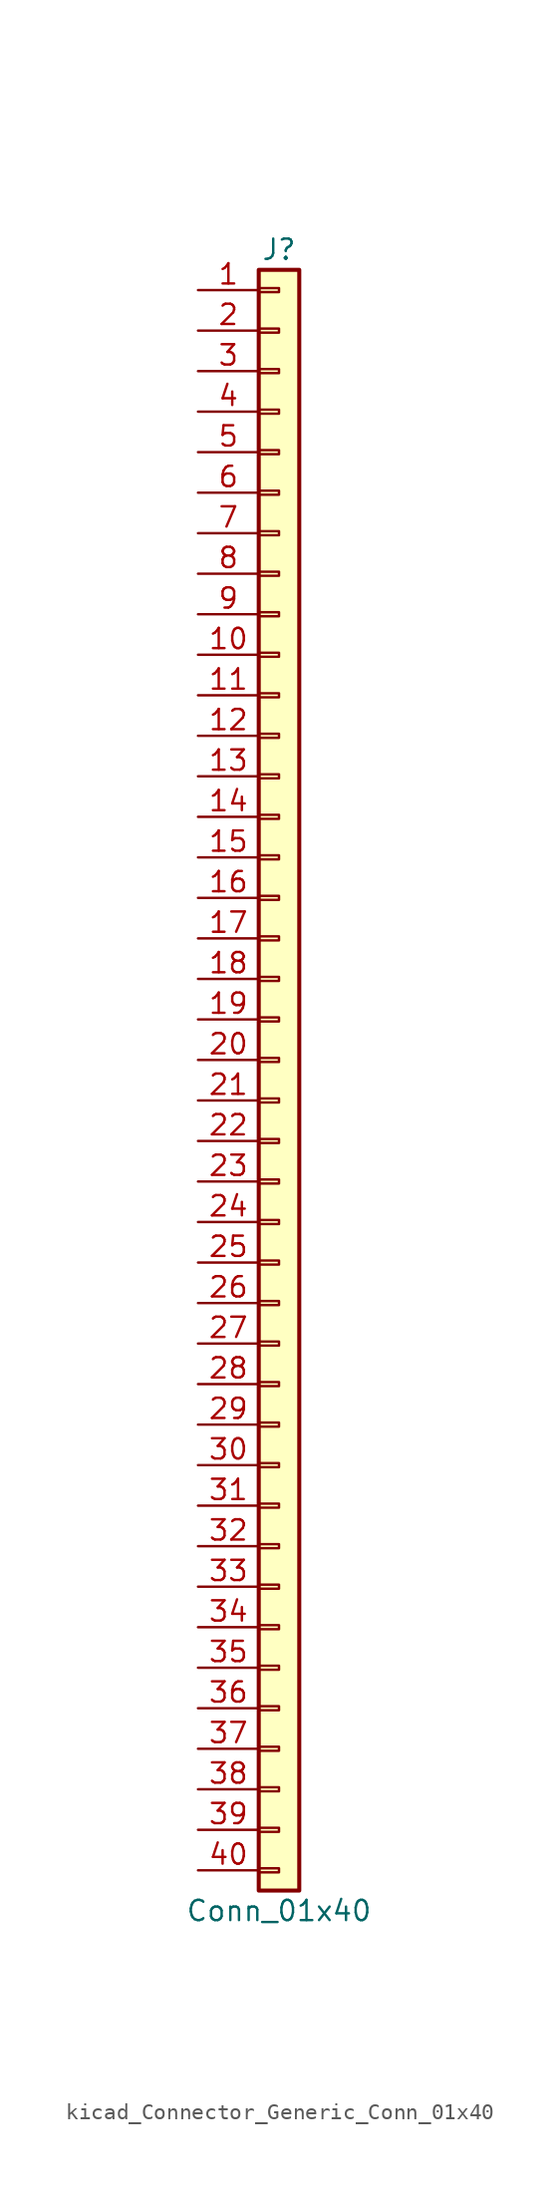
<source format=kicad_sym>
(kicad_symbol_lib
  (version 20220914)
  (generator kicad_symbol_editor)
  (symbol "kicad_Connector_Generic_Conn_01x40"
    (pin_names
      (offset 1.016) hide)
    (property "Reference" "J"
      (at 0 50.8 0)
      (effects (font (size 1.27 1.27))))
    (property "Value" "Conn_01x40"
      (at 0 -53.34 0)
      (effects (font (size 1.27 1.27))))
    (symbol "kicad_Connector_Generic_Conn_01x40_1_1"
      (rectangle (start -1.27 -50.673) (end 0 -50.927) (stroke (width 0.152) (type default)) (fill (type none)))
      (rectangle (start -1.27 -48.133) (end 0 -48.387) (stroke (width 0.152) (type default)) (fill (type none)))
      (rectangle (start -1.27 -45.593) (end 0 -45.847) (stroke (width 0.152) (type default)) (fill (type none)))
      (rectangle (start -1.27 -43.053) (end 0 -43.307) (stroke (width 0.152) (type default)) (fill (type none)))
      (rectangle (start -1.27 -40.513) (end 0 -40.767) (stroke (width 0.152) (type default)) (fill (type none)))
      (rectangle (start -1.27 -37.973) (end 0 -38.227) (stroke (width 0.152) (type default)) (fill (type none)))
      (rectangle (start -1.27 -35.433) (end 0 -35.687) (stroke (width 0.152) (type default)) (fill (type none)))
      (rectangle (start -1.27 -32.893) (end 0 -33.147) (stroke (width 0.152) (type default)) (fill (type none)))
      (rectangle (start -1.27 -30.353) (end 0 -30.607) (stroke (width 0.152) (type default)) (fill (type none)))
      (rectangle (start -1.27 -27.813) (end 0 -28.067) (stroke (width 0.152) (type default)) (fill (type none)))
      (rectangle (start -1.27 -25.273) (end 0 -25.527) (stroke (width 0.152) (type default)) (fill (type none)))
      (rectangle (start -1.27 -22.733) (end 0 -22.987) (stroke (width 0.152) (type default)) (fill (type none)))
      (rectangle (start -1.27 -20.193) (end 0 -20.447) (stroke (width 0.152) (type default)) (fill (type none)))
      (rectangle (start -1.27 -17.653) (end 0 -17.907) (stroke (width 0.152) (type default)) (fill (type none)))
      (rectangle (start -1.27 -15.113) (end 0 -15.367) (stroke (width 0.152) (type default)) (fill (type none)))
      (rectangle (start -1.27 -12.573) (end 0 -12.827) (stroke (width 0.152) (type default)) (fill (type none)))
      (rectangle (start -1.27 -10.033) (end 0 -10.287) (stroke (width 0.152) (type default)) (fill (type none)))
      (rectangle (start -1.27 -7.493) (end 0 -7.747) (stroke (width 0.152) (type default)) (fill (type none)))
      (rectangle (start -1.27 -4.953) (end 0 -5.207) (stroke (width 0.152) (type default)) (fill (type none)))
      (rectangle (start -1.27 -2.413) (end 0 -2.667) (stroke (width 0.152) (type default)) (fill (type none)))
      (rectangle (start -1.27 0.127) (end 0 -0.127) (stroke (width 0.152) (type default)) (fill (type none)))
      (rectangle (start -1.27 2.667) (end 0 2.413) (stroke (width 0.152) (type default)) (fill (type none)))
      (rectangle (start -1.27 5.207) (end 0 4.953) (stroke (width 0.152) (type default)) (fill (type none)))
      (rectangle (start -1.27 7.747) (end 0 7.493) (stroke (width 0.152) (type default)) (fill (type none)))
      (rectangle (start -1.27 10.287) (end 0 10.033) (stroke (width 0.152) (type default)) (fill (type none)))
      (rectangle (start -1.27 12.827) (end 0 12.573) (stroke (width 0.152) (type default)) (fill (type none)))
      (rectangle (start -1.27 15.367) (end 0 15.113) (stroke (width 0.152) (type default)) (fill (type none)))
      (rectangle (start -1.27 17.907) (end 0 17.653) (stroke (width 0.152) (type default)) (fill (type none)))
      (rectangle (start -1.27 20.447) (end 0 20.193) (stroke (width 0.152) (type default)) (fill (type none)))
      (rectangle (start -1.27 22.987) (end 0 22.733) (stroke (width 0.152) (type default)) (fill (type none)))
      (rectangle (start -1.27 25.527) (end 0 25.273) (stroke (width 0.152) (type default)) (fill (type none)))
      (rectangle (start -1.27 28.067) (end 0 27.813) (stroke (width 0.152) (type default)) (fill (type none)))
      (rectangle (start -1.27 30.607) (end 0 30.353) (stroke (width 0.152) (type default)) (fill (type none)))
      (rectangle (start -1.27 33.147) (end 0 32.893) (stroke (width 0.152) (type default)) (fill (type none)))
      (rectangle (start -1.27 35.687) (end 0 35.433) (stroke (width 0.152) (type default)) (fill (type none)))
      (rectangle (start -1.27 38.227) (end 0 37.973) (stroke (width 0.152) (type default)) (fill (type none)))
      (rectangle (start -1.27 40.767) (end 0 40.513) (stroke (width 0.152) (type default)) (fill (type none)))
      (rectangle (start -1.27 43.307) (end 0 43.053) (stroke (width 0.152) (type default)) (fill (type none)))
      (rectangle (start -1.27 45.847) (end 0 45.593) (stroke (width 0.152) (type default)) (fill (type none)))
      (rectangle (start -1.27 48.387) (end 0 48.133) (stroke (width 0.152) (type default)) (fill (type none)))
      (rectangle (start -1.27 49.53) (end 1.27 -52.07) (stroke (width 0.254) (type default)) (fill (type background)))
      (pin passive line (at -5.08 48.26 0) (length 3.81) (name "Pin_1" (effects (font (size 1.27 1.27)))) (number "1" (effects (font (size 1.27 1.27)))))
      (pin passive line (at -5.08 25.4 0) (length 3.81) (name "Pin_10" (effects (font (size 1.27 1.27)))) (number "10" (effects (font (size 1.27 1.27)))))
      (pin passive line (at -5.08 22.86 0) (length 3.81) (name "Pin_11" (effects (font (size 1.27 1.27)))) (number "11" (effects (font (size 1.27 1.27)))))
      (pin passive line (at -5.08 20.32 0) (length 3.81) (name "Pin_12" (effects (font (size 1.27 1.27)))) (number "12" (effects (font (size 1.27 1.27)))))
      (pin passive line (at -5.08 17.78 0) (length 3.81) (name "Pin_13" (effects (font (size 1.27 1.27)))) (number "13" (effects (font (size 1.27 1.27)))))
      (pin passive line (at -5.08 15.24 0) (length 3.81) (name "Pin_14" (effects (font (size 1.27 1.27)))) (number "14" (effects (font (size 1.27 1.27)))))
      (pin passive line (at -5.08 12.7 0) (length 3.81) (name "Pin_15" (effects (font (size 1.27 1.27)))) (number "15" (effects (font (size 1.27 1.27)))))
      (pin passive line (at -5.08 10.16 0) (length 3.81) (name "Pin_16" (effects (font (size 1.27 1.27)))) (number "16" (effects (font (size 1.27 1.27)))))
      (pin passive line (at -5.08 7.62 0) (length 3.81) (name "Pin_17" (effects (font (size 1.27 1.27)))) (number "17" (effects (font (size 1.27 1.27)))))
      (pin passive line (at -5.08 5.08 0) (length 3.81) (name "Pin_18" (effects (font (size 1.27 1.27)))) (number "18" (effects (font (size 1.27 1.27)))))
      (pin passive line (at -5.08 2.54 0) (length 3.81) (name "Pin_19" (effects (font (size 1.27 1.27)))) (number "19" (effects (font (size 1.27 1.27)))))
      (pin passive line (at -5.08 45.72 0) (length 3.81) (name "Pin_2" (effects (font (size 1.27 1.27)))) (number "2" (effects (font (size 1.27 1.27)))))
      (pin passive line (at -5.08 0 0) (length 3.81) (name "Pin_20" (effects (font (size 1.27 1.27)))) (number "20" (effects (font (size 1.27 1.27)))))
      (pin passive line (at -5.08 -2.54 0) (length 3.81) (name "Pin_21" (effects (font (size 1.27 1.27)))) (number "21" (effects (font (size 1.27 1.27)))))
      (pin passive line (at -5.08 -5.08 0) (length 3.81) (name "Pin_22" (effects (font (size 1.27 1.27)))) (number "22" (effects (font (size 1.27 1.27)))))
      (pin passive line (at -5.08 -7.62 0) (length 3.81) (name "Pin_23" (effects (font (size 1.27 1.27)))) (number "23" (effects (font (size 1.27 1.27)))))
      (pin passive line (at -5.08 -10.16 0) (length 3.81) (name "Pin_24" (effects (font (size 1.27 1.27)))) (number "24" (effects (font (size 1.27 1.27)))))
      (pin passive line (at -5.08 -12.7 0) (length 3.81) (name "Pin_25" (effects (font (size 1.27 1.27)))) (number "25" (effects (font (size 1.27 1.27)))))
      (pin passive line (at -5.08 -15.24 0) (length 3.81) (name "Pin_26" (effects (font (size 1.27 1.27)))) (number "26" (effects (font (size 1.27 1.27)))))
      (pin passive line (at -5.08 -17.78 0) (length 3.81) (name "Pin_27" (effects (font (size 1.27 1.27)))) (number "27" (effects (font (size 1.27 1.27)))))
      (pin passive line (at -5.08 -20.32 0) (length 3.81) (name "Pin_28" (effects (font (size 1.27 1.27)))) (number "28" (effects (font (size 1.27 1.27)))))
      (pin passive line (at -5.08 -22.86 0) (length 3.81) (name "Pin_29" (effects (font (size 1.27 1.27)))) (number "29" (effects (font (size 1.27 1.27)))))
      (pin passive line (at -5.08 43.18 0) (length 3.81) (name "Pin_3" (effects (font (size 1.27 1.27)))) (number "3" (effects (font (size 1.27 1.27)))))
      (pin passive line (at -5.08 -25.4 0) (length 3.81) (name "Pin_30" (effects (font (size 1.27 1.27)))) (number "30" (effects (font (size 1.27 1.27)))))
      (pin passive line (at -5.08 -27.94 0) (length 3.81) (name "Pin_31" (effects (font (size 1.27 1.27)))) (number "31" (effects (font (size 1.27 1.27)))))
      (pin passive line (at -5.08 -30.48 0) (length 3.81) (name "Pin_32" (effects (font (size 1.27 1.27)))) (number "32" (effects (font (size 1.27 1.27)))))
      (pin passive line (at -5.08 -33.02 0) (length 3.81) (name "Pin_33" (effects (font (size 1.27 1.27)))) (number "33" (effects (font (size 1.27 1.27)))))
      (pin passive line (at -5.08 -35.56 0) (length 3.81) (name "Pin_34" (effects (font (size 1.27 1.27)))) (number "34" (effects (font (size 1.27 1.27)))))
      (pin passive line (at -5.08 -38.1 0) (length 3.81) (name "Pin_35" (effects (font (size 1.27 1.27)))) (number "35" (effects (font (size 1.27 1.27)))))
      (pin passive line (at -5.08 -40.64 0) (length 3.81) (name "Pin_36" (effects (font (size 1.27 1.27)))) (number "36" (effects (font (size 1.27 1.27)))))
      (pin passive line (at -5.08 -43.18 0) (length 3.81) (name "Pin_37" (effects (font (size 1.27 1.27)))) (number "37" (effects (font (size 1.27 1.27)))))
      (pin passive line (at -5.08 -45.72 0) (length 3.81) (name "Pin_38" (effects (font (size 1.27 1.27)))) (number "38" (effects (font (size 1.27 1.27)))))
      (pin passive line (at -5.08 -48.26 0) (length 3.81) (name "Pin_39" (effects (font (size 1.27 1.27)))) (number "39" (effects (font (size 1.27 1.27)))))
      (pin passive line (at -5.08 40.64 0) (length 3.81) (name "Pin_4" (effects (font (size 1.27 1.27)))) (number "4" (effects (font (size 1.27 1.27)))))
      (pin passive line (at -5.08 -50.8 0) (length 3.81) (name "Pin_40" (effects (font (size 1.27 1.27)))) (number "40" (effects (font (size 1.27 1.27)))))
      (pin passive line (at -5.08 38.1 0) (length 3.81) (name "Pin_5" (effects (font (size 1.27 1.27)))) (number "5" (effects (font (size 1.27 1.27)))))
      (pin passive line (at -5.08 35.56 0) (length 3.81) (name "Pin_6" (effects (font (size 1.27 1.27)))) (number "6" (effects (font (size 1.27 1.27)))))
      (pin passive line (at -5.08 33.02 0) (length 3.81) (name "Pin_7" (effects (font (size 1.27 1.27)))) (number "7" (effects (font (size 1.27 1.27)))))
      (pin passive line (at -5.08 30.48 0) (length 3.81) (name "Pin_8" (effects (font (size 1.27 1.27)))) (number "8" (effects (font (size 1.27 1.27)))))
      (pin passive line (at -5.08 27.94 0) (length 3.81) (name "Pin_9" (effects (font (size 1.27 1.27)))) (number "9" (effects (font (size 1.27 1.27))))))))
</source>
